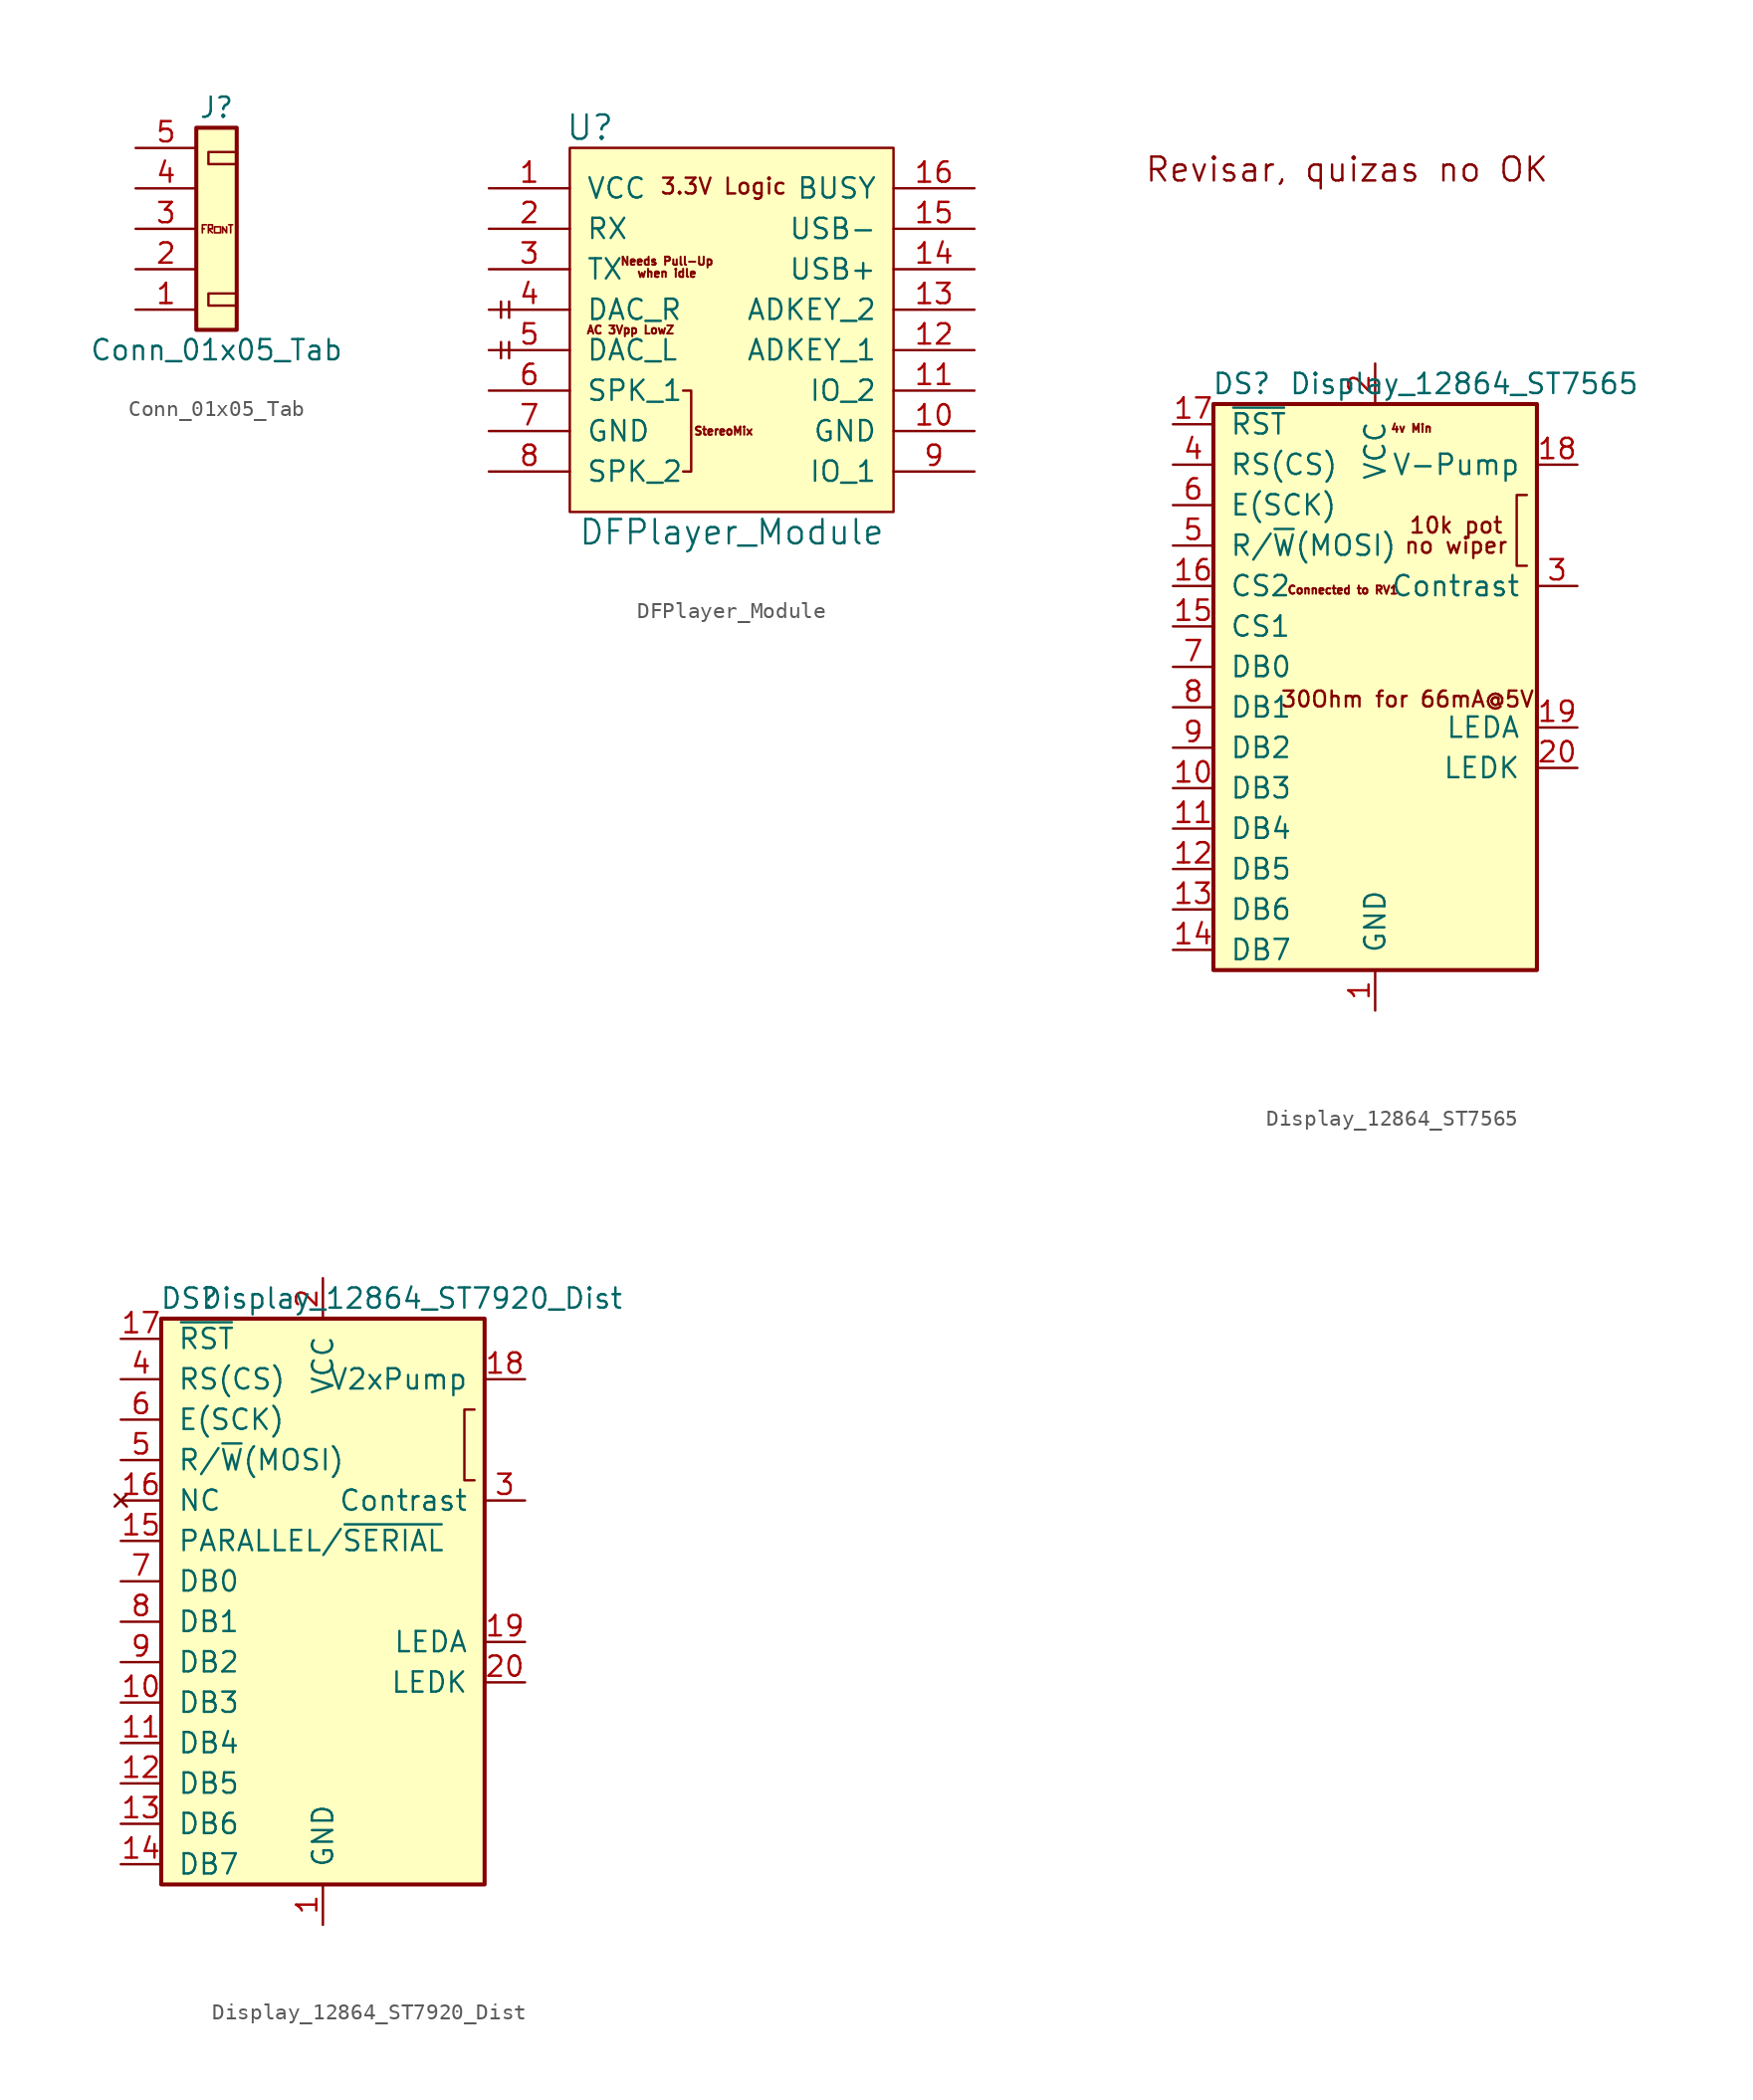
<source format=kicad_sym>
(kicad_symbol_lib
  (version 20231120)
  (generator "kicad_symbol_editor")
  (generator_version "8.0")
  (symbol "Conn_01x05_Tab"
    (pin_names
      (offset 1.016) hide)
    (property "Reference" "J"
      (at 0 7.62 0)
      (effects (font (size 1.27 1.27))))
    (property "Value" "Conn_01x05_Tab"
      (at 0 -7.62 0)
      (effects (font (size 1.27 1.27))))
    (symbol "Conn_01x05_Tab_1_1"
      (rectangle (start -1.27 -6.35) (end 1.27 6.35) (stroke (width 0.254) (type default)) (fill (type background)))
      (polyline (pts (xy -0.889 0) (xy -0.762 0)) (stroke (width 0.102) (type default)) (fill (type none)))
      (polyline (pts (xy -0.889 -0.254) (xy -0.889 0.254) (xy -0.635 0.254)) (stroke (width 0.102) (type default)) (fill (type none)))
      (polyline (pts (xy 0.381 -0.254) (xy 0.381 0.127) (xy 0.635 -0.254) (xy 0.635 0.127)) (stroke (width 0.102) (type default)) (fill (type none)))
      (polyline (pts (xy 0.889 -0.254) (xy 0.889 0.254) (xy 0.762 0.254) (xy 1.016 0.254)) (stroke (width 0.102) (type default)) (fill (type none)))
      (polyline (pts (xy -0.127 -0.254) (xy -0.127 0.127) (xy 0.254 0.127) (xy 0.254 -0.254) (xy -0.127 -0.254)) (stroke (width 0.102) (type default)) (fill (type none)))
      (polyline (pts (xy -0.508 -0.254) (xy -0.508 0.254) (xy -0.254 0.254) (xy -0.254 0) (xy -0.508 0) (xy -0.254 -0.254)) (stroke (width 0.102) (type default)) (fill (type none)))
      (rectangle (start 1.27 -4.826) (end -0.508 -4.064) (stroke (width 0) (type default)) (fill (type none)))
      (rectangle (start 1.27 4.064) (end -0.508 4.826) (stroke (width 0) (type default)) (fill (type none)))
      (pin passive line (at -5.08 -5.08 0) (length 3.81) (name "Pin_1" (effects (font (size 1.27 1.27)))) (number "1" (effects (font (size 1.27 1.27)))))
      (pin passive line (at -5.08 -2.54 0) (length 3.81) (name "Pin_2" (effects (font (size 1.27 1.27)))) (number "2" (effects (font (size 1.27 1.27)))))
      (pin passive line (at -5.08 0 0) (length 3.81) (name "Pin_3" (effects (font (size 1.27 1.27)))) (number "3" (effects (font (size 1.27 1.27)))))
      (pin passive line (at -5.08 2.54 0) (length 3.81) (name "Pin_4" (effects (font (size 1.27 1.27)))) (number "4" (effects (font (size 1.27 1.27)))))
      (pin passive line (at -5.08 5.08 0) (length 3.81) (name "Pin_5" (effects (font (size 1.27 1.27)))) (number "5" (effects (font (size 1.27 1.27)))))))
  (symbol "DFPlayer_Module"
    (pin_names
      (offset 1.016))
    (property "Reference" "U"
      (at -8.89 13.97 0)
      (effects (font (size 1.524 1.524))))
    (property "Value" "DFPlayer_Module"
      (at 0 -11.43 0)
      (effects (font (size 1.524 1.524))))
    (property "Footprint" ""
      (at 0 0 0)
      (effects (font (size 1.524 1.524))))
    (property "Datasheet" ""
      (at 0 0 0)
      (effects (font (size 1.524 1.524))))
    (symbol "DFPlayer_Module_0_1"
      (rectangle (start -10.16 -10.16) (end 10.16 12.7) (stroke (width 0) (type default)) (fill (type background))))
    (symbol "DFPlayer_Module_1_1"
      (polyline (pts (xy -14.478 0.508) (xy -14.478 -0.508)) (stroke (width 0) (type default)) (fill (type none)))
      (polyline (pts (xy -14.478 3.048) (xy -14.478 2.032)) (stroke (width 0) (type default)) (fill (type none)))
      (polyline (pts (xy -13.97 0.508) (xy -13.97 -0.508)) (stroke (width 0) (type default)) (fill (type none)))
      (polyline (pts (xy -13.97 3.048) (xy -13.97 2.032)) (stroke (width 0) (type default)) (fill (type none)))
      (polyline (pts (xy -3.048 -2.54) (xy -2.54 -2.54) (xy -2.54 -7.62) (xy -3.048 -7.62)) (stroke (width 0) (type default)) (fill (type none)))
      (text "3.3V Logic" (at -0.508 10.287 0) (effects (font (size 0.991 0.991))))
      (text "AC 3Vpp LowZ" (at -6.35 1.27 0) (effects (font (size 0.508 0.508))))
      (text "Needs Pull-Up" (at -4.064 5.588 0) (effects (font (size 0.508 0.508))))
      (text "StereoMix" (at -0.508 -5.08 0) (effects (font (size 0.508 0.508))))
      (text "when idle" (at -4.064 4.826 0) (effects (font (size 0.508 0.508))))
      (pin power_in line (at -15.24 10.16 0) (length 5.08) (name "VCC" (effects (font (size 1.27 1.27)))) (number "1" (effects (font (size 1.27 1.27)))))
      (pin power_in line (at 15.24 -5.08 180) (length 5.08) (name "GND" (effects (font (size 1.27 1.27)))) (number "10" (effects (font (size 1.27 1.27)))))
      (pin input line (at 15.24 -2.54 180) (length 5.08) (name "IO_2" (effects (font (size 1.27 1.27)))) (number "11" (effects (font (size 1.27 1.27)))))
      (pin input line (at 15.24 0 180) (length 5.08) (name "ADKEY_1" (effects (font (size 1.27 1.27)))) (number "12" (effects (font (size 1.27 1.27)))))
      (pin input line (at 15.24 2.54 180) (length 5.08) (name "ADKEY_2" (effects (font (size 1.27 1.27)))) (number "13" (effects (font (size 1.27 1.27)))))
      (pin input line (at 15.24 5.08 180) (length 5.08) (name "USB+" (effects (font (size 1.27 1.27)))) (number "14" (effects (font (size 1.27 1.27)))))
      (pin input line (at 15.24 7.62 180) (length 5.08) (name "USB-" (effects (font (size 1.27 1.27)))) (number "15" (effects (font (size 1.27 1.27)))))
      (pin output line (at 15.24 10.16 180) (length 5.08) (name "BUSY" (effects (font (size 1.27 1.27)))) (number "16" (effects (font (size 1.27 1.27)))))
      (pin input line (at -15.24 7.62 0) (length 5.08) (name "RX" (effects (font (size 1.27 1.27)))) (number "2" (effects (font (size 1.27 1.27)))))
      (pin output line (at -15.24 5.08 0) (length 5.08) (name "TX" (effects (font (size 1.27 1.27)))) (number "3" (effects (font (size 1.27 1.27)))))
      (pin output line (at -15.24 2.54 0) (length 5.08) (name "DAC_R" (effects (font (size 1.27 1.27)))) (number "4" (effects (font (size 1.27 1.27)))))
      (pin output line (at -15.24 0 0) (length 5.08) (name "DAC_L" (effects (font (size 1.27 1.27)))) (number "5" (effects (font (size 1.27 1.27)))))
      (pin output line (at -15.24 -2.54 0) (length 5.08) (name "SPK_1" (effects (font (size 1.27 1.27)))) (number "6" (effects (font (size 1.27 1.27)))))
      (pin power_in line (at -15.24 -5.08 0) (length 5.08) (name "GND" (effects (font (size 1.27 1.27)))) (number "7" (effects (font (size 1.27 1.27)))))
      (pin output line (at -15.24 -7.62 0) (length 5.08) (name "SPK_2" (effects (font (size 1.27 1.27)))) (number "8" (effects (font (size 1.27 1.27)))))
      (pin input line (at 15.24 -7.62 180) (length 5.08) (name "IO_1" (effects (font (size 1.27 1.27)))) (number "9" (effects (font (size 1.27 1.27)))))))
  (symbol "Display_12864_ST7565"
    (pin_names
      (offset 1.016))
    (property "Reference" "DS"
      (at -8.382 19.05 0)
      (effects (font (size 1.27 1.27))))
    (property "Value" "Display_12864_ST7565"
      (at 5.588 19.05 0)
      (effects (font (size 1.27 1.27))))
    (symbol "Display_12864_ST7565_0_0"
      (polyline (pts (xy 9.525 12.065) (xy 8.89 12.065) (xy 8.89 7.62) (xy 9.525 7.62)) (stroke (width 0) (type default)) (fill (type none)))
      (text "10k pot" (at 5.08 10.16 0) (effects (font (size 0.991 0.991))))
      (text "30Ohm for 66mA@5V" (at 2.032 -0.762 0) (effects (font (size 0.991 0.991))))
      (text "4v Min" (at 2.286 16.256 0) (effects (font (size 0.508 0.508))))
      (text "Connected to RV1" (at -2.032 6.096 0) (effects (font (size 0.508 0.508))))
      (text "Revisar, quizas no OK" (at -1.778 32.512 0) (effects (font (size 1.499 1.499)))))
    (symbol "Display_12864_ST7565_0_1"
      (rectangle (start -10.16 17.78) (end 10.16 -17.78) (stroke (width 0.254) (type default)) (fill (type background))))
    (symbol "Display_12864_ST7565_1_1"
      (text "no wiper" (at 5.08 8.89 0) (effects (font (size 0.991 0.991))))
      (pin power_in line (at 0 -20.32 90) (length 2.54) (name "GND" (effects (font (size 1.27 1.27)))) (number "1" (effects (font (size 1.27 1.27)))))
      (pin bidirectional line (at -12.7 -6.35 0) (length 2.54) (name "DB3" (effects (font (size 1.27 1.27)))) (number "10" (effects (font (size 1.27 1.27)))))
      (pin bidirectional line (at -12.7 -8.89 0) (length 2.54) (name "DB4" (effects (font (size 1.27 1.27)))) (number "11" (effects (font (size 1.27 1.27)))))
      (pin bidirectional line (at -12.7 -11.43 0) (length 2.54) (name "DB5" (effects (font (size 1.27 1.27)))) (number "12" (effects (font (size 1.27 1.27)))))
      (pin bidirectional line (at -12.7 -13.97 0) (length 2.54) (name "DB6" (effects (font (size 1.27 1.27)))) (number "13" (effects (font (size 1.27 1.27)))))
      (pin bidirectional line (at -12.7 -16.51 0) (length 2.54) (name "DB7" (effects (font (size 1.27 1.27)))) (number "14" (effects (font (size 1.27 1.27)))))
      (pin input line (at -12.7 3.81 0) (length 2.54) (name "CS1" (effects (font (size 1.27 1.27)))) (number "15" (effects (font (size 1.27 1.27)))))
      (pin input line (at -12.7 6.35 0) (length 2.54) (name "CS2" (effects (font (size 1.27 1.27)))) (number "16" (effects (font (size 1.27 1.27)))))
      (pin input line (at -12.7 16.51 0) (length 2.54) (name "~{RST}" (effects (font (size 1.27 1.27)))) (number "17" (effects (font (size 1.27 1.27)))))
      (pin passive line (at 12.7 13.97 180) (length 2.54) (name "V-Pump" (effects (font (size 1.27 1.27)))) (number "18" (effects (font (size 1.27 1.27)))))
      (pin passive line (at 12.7 -2.54 180) (length 2.54) (name "LEDA" (effects (font (size 1.27 1.27)))) (number "19" (effects (font (size 1.27 1.27)))))
      (pin power_in line (at 0 20.32 270) (length 2.54) (name "VCC" (effects (font (size 1.27 1.27)))) (number "2" (effects (font (size 1.27 1.27)))))
      (pin passive line (at 12.7 -5.08 180) (length 2.54) (name "LEDK" (effects (font (size 1.27 1.27)))) (number "20" (effects (font (size 1.27 1.27)))))
      (pin input line (at 12.7 6.35 180) (length 2.54) (name "Contrast" (effects (font (size 1.27 1.27)))) (number "3" (effects (font (size 1.27 1.27)))))
      (pin input line (at -12.7 13.97 0) (length 2.54) (name "RS(CS)" (effects (font (size 1.27 1.27)))) (number "4" (effects (font (size 1.27 1.27)))))
      (pin input line (at -12.7 8.89 0) (length 2.54) (name "R/~{W}(MOSI)" (effects (font (size 1.27 1.27)))) (number "5" (effects (font (size 1.27 1.27)))))
      (pin input line (at -12.7 11.43 0) (length 2.54) (name "E(SCK)" (effects (font (size 1.27 1.27)))) (number "6" (effects (font (size 1.27 1.27)))))
      (pin bidirectional line (at -12.7 1.27 0) (length 2.54) (name "DB0" (effects (font (size 1.27 1.27)))) (number "7" (effects (font (size 1.27 1.27)))))
      (pin bidirectional line (at -12.7 -1.27 0) (length 2.54) (name "DB1" (effects (font (size 1.27 1.27)))) (number "8" (effects (font (size 1.27 1.27)))))
      (pin bidirectional line (at -12.7 -3.81 0) (length 2.54) (name "DB2" (effects (font (size 1.27 1.27)))) (number "9" (effects (font (size 1.27 1.27)))))))
  (symbol "Display_12864_ST7920_Dist"
    (pin_names
      (offset 1.016))
    (property "Reference" "DS"
      (at -8.382 19.05 0)
      (effects (font (size 1.27 1.27))))
    (property "Value" "Display_12864_ST7920_Dist"
      (at 5.588 19.05 0)
      (effects (font (size 1.27 1.27))))
    (symbol "Display_12864_ST7920_Dist_0_0"
      (polyline (pts (xy 9.525 12.065) (xy 8.89 12.065) (xy 8.89 7.62) (xy 9.525 7.62)) (stroke (width 0) (type default)) (fill (type none))))
    (symbol "Display_12864_ST7920_Dist_0_1"
      (rectangle (start -10.16 17.78) (end 10.16 -17.78) (stroke (width 0.254) (type default)) (fill (type background))))
    (symbol "Display_12864_ST7920_Dist_1_1"
      (pin power_in line (at 0 -20.32 90) (length 2.54) (name "GND" (effects (font (size 1.27 1.27)))) (number "1" (effects (font (size 1.27 1.27)))))
      (pin bidirectional line (at -12.7 -6.35 0) (length 2.54) (name "DB3" (effects (font (size 1.27 1.27)))) (number "10" (effects (font (size 1.27 1.27)))))
      (pin bidirectional line (at -12.7 -8.89 0) (length 2.54) (name "DB4" (effects (font (size 1.27 1.27)))) (number "11" (effects (font (size 1.27 1.27)))))
      (pin bidirectional line (at -12.7 -11.43 0) (length 2.54) (name "DB5" (effects (font (size 1.27 1.27)))) (number "12" (effects (font (size 1.27 1.27)))))
      (pin bidirectional line (at -12.7 -13.97 0) (length 2.54) (name "DB6" (effects (font (size 1.27 1.27)))) (number "13" (effects (font (size 1.27 1.27)))))
      (pin bidirectional line (at -12.7 -16.51 0) (length 2.54) (name "DB7" (effects (font (size 1.27 1.27)))) (number "14" (effects (font (size 1.27 1.27)))))
      (pin input line (at -12.7 3.81 0) (length 2.54) (name "PARALLEL/~{SERIAL}" (effects (font (size 1.27 1.27)))) (number "15" (effects (font (size 1.27 1.27)))))
      (pin no_connect line (at -12.7 6.35 0) (length 2.54) (name "NC" (effects (font (size 1.27 1.27)))) (number "16" (effects (font (size 1.27 1.27)))))
      (pin input line (at -12.7 16.51 0) (length 2.54) (name "~{RST}" (effects (font (size 1.27 1.27)))) (number "17" (effects (font (size 1.27 1.27)))))
      (pin passive line (at 12.7 13.97 180) (length 2.54) (name "V2xPump" (effects (font (size 1.27 1.27)))) (number "18" (effects (font (size 1.27 1.27)))))
      (pin passive line (at 12.7 -2.54 180) (length 2.54) (name "LEDA" (effects (font (size 1.27 1.27)))) (number "19" (effects (font (size 1.27 1.27)))))
      (pin power_in line (at 0 20.32 270) (length 2.54) (name "VCC" (effects (font (size 1.27 1.27)))) (number "2" (effects (font (size 1.27 1.27)))))
      (pin passive line (at 12.7 -5.08 180) (length 2.54) (name "LEDK" (effects (font (size 1.27 1.27)))) (number "20" (effects (font (size 1.27 1.27)))))
      (pin input line (at 12.7 6.35 180) (length 2.54) (name "Contrast" (effects (font (size 1.27 1.27)))) (number "3" (effects (font (size 1.27 1.27)))))
      (pin input line (at -12.7 13.97 0) (length 2.54) (name "RS(CS)" (effects (font (size 1.27 1.27)))) (number "4" (effects (font (size 1.27 1.27)))))
      (pin input line (at -12.7 8.89 0) (length 2.54) (name "R/~{W}(MOSI)" (effects (font (size 1.27 1.27)))) (number "5" (effects (font (size 1.27 1.27)))))
      (pin input line (at -12.7 11.43 0) (length 2.54) (name "E(SCK)" (effects (font (size 1.27 1.27)))) (number "6" (effects (font (size 1.27 1.27)))))
      (pin bidirectional line (at -12.7 1.27 0) (length 2.54) (name "DB0" (effects (font (size 1.27 1.27)))) (number "7" (effects (font (size 1.27 1.27)))))
      (pin bidirectional line (at -12.7 -1.27 0) (length 2.54) (name "DB1" (effects (font (size 1.27 1.27)))) (number "8" (effects (font (size 1.27 1.27)))))
      (pin bidirectional line (at -12.7 -3.81 0) (length 2.54) (name "DB2" (effects (font (size 1.27 1.27)))) (number "9" (effects (font (size 1.27 1.27))))))))
</source>
